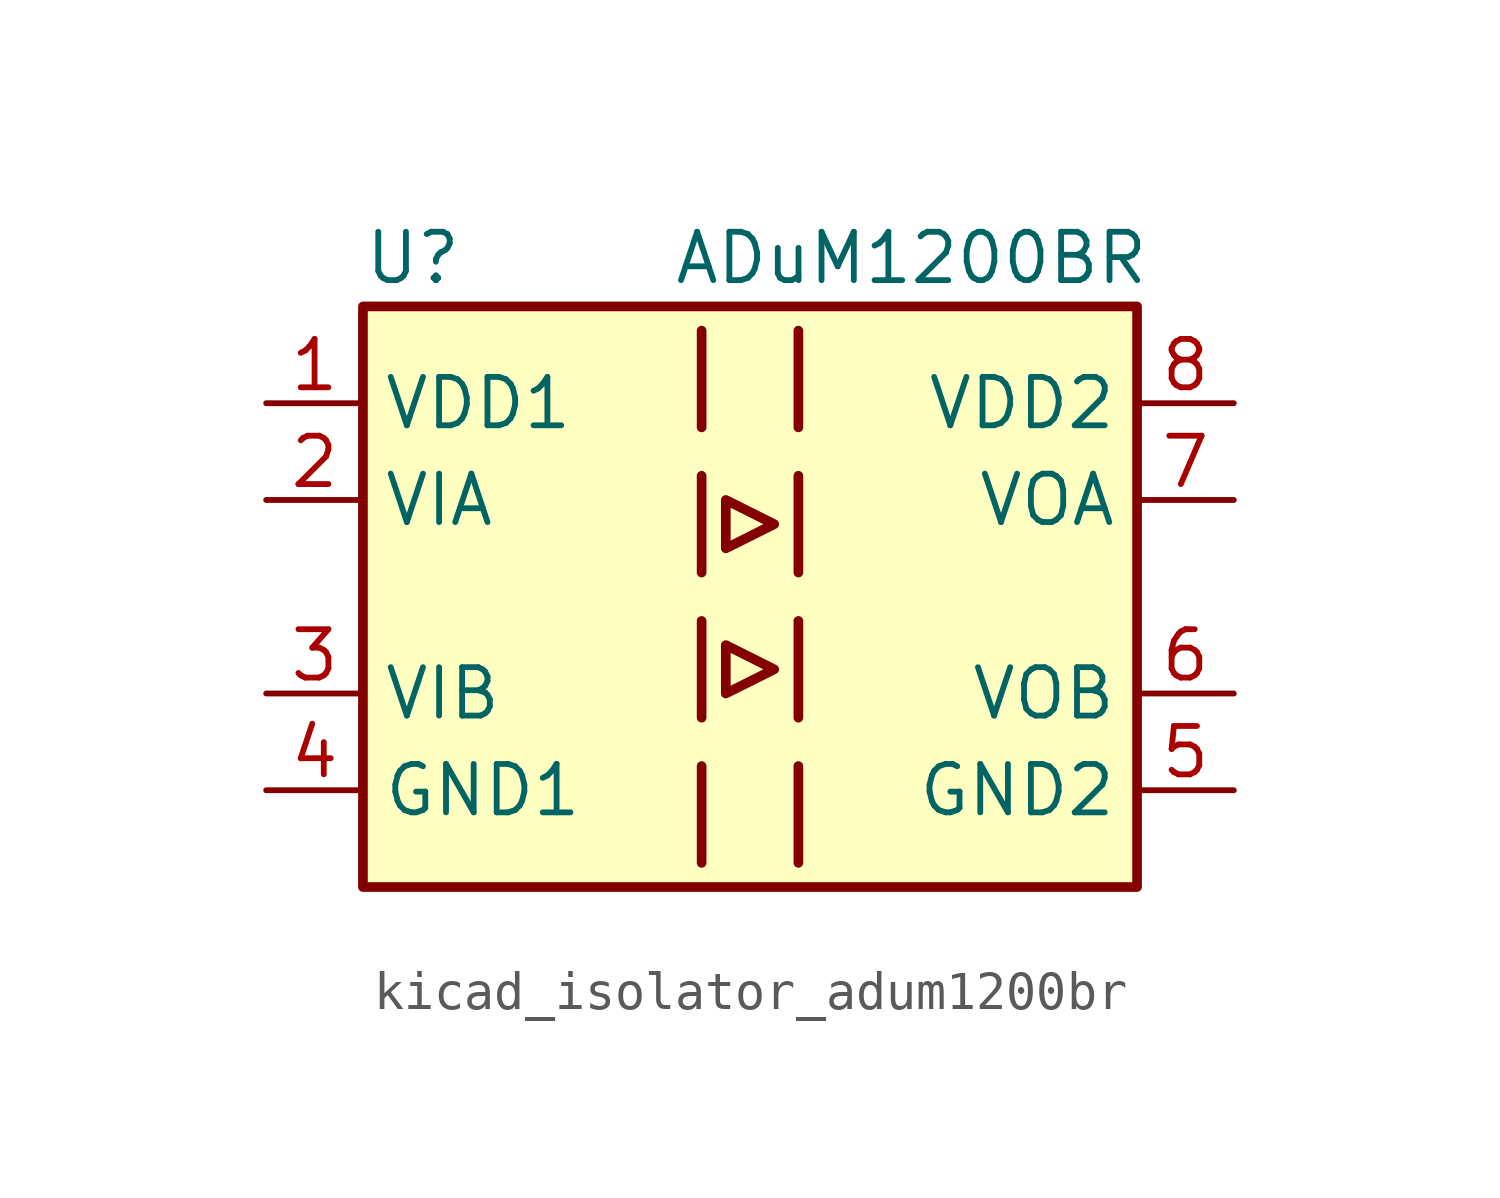
<source format=kicad_sym>
(kicad_symbol_lib
  (version 20220914)
  (generator kicad_symbol_editor)
  (symbol "kicad_isolator_adum1200br"
    (property "Reference" "U"
      (at -10.16 8.89 0)
      (effects (font (size 1.27 1.27)) (justify left)))
    (property "Value" "ADuM1200BR"
      (at -2.032 8.89 0)
      (effects (font (size 1.27 1.27)) (justify left)))
    (symbol "kicad_isolator_adum1200br_0_1"
      (rectangle (start -10.16 7.62) (end 10.16 -7.62) (stroke (width 0.254) (type default)) (fill (type background)))
      (polyline (pts (xy -1.27 -4.445) (xy -1.27 -6.985)) (stroke (width 0.254) (type default)) (fill (type none)))
      (polyline (pts (xy -1.27 -0.635) (xy -1.27 -3.175)) (stroke (width 0.254) (type default)) (fill (type none)))
      (polyline (pts (xy -1.27 3.175) (xy -1.27 0.635)) (stroke (width 0.254) (type default)) (fill (type none)))
      (polyline (pts (xy -1.27 6.985) (xy -1.27 4.445)) (stroke (width 0.254) (type default)) (fill (type none)))
      (polyline (pts (xy 1.27 -4.445) (xy 1.27 -6.985)) (stroke (width 0.254) (type default)) (fill (type none)))
      (polyline (pts (xy 1.27 -0.635) (xy 1.27 -3.175)) (stroke (width 0.254) (type default)) (fill (type none)))
      (polyline (pts (xy 1.27 3.175) (xy 1.27 0.635)) (stroke (width 0.254) (type default)) (fill (type none)))
      (polyline (pts (xy 1.27 6.985) (xy 1.27 4.445)) (stroke (width 0.254) (type default)) (fill (type none)))
      (polyline (pts (xy -0.635 -1.27) (xy -0.635 -2.54) (xy 0.635 -1.905) (xy -0.635 -1.27)) (stroke (width 0.254) (type default)) (fill (type none)))
      (polyline (pts (xy -0.635 1.27) (xy 0.635 1.905) (xy -0.635 2.54) (xy -0.635 1.27)) (stroke (width 0.254) (type default)) (fill (type none))))
    (symbol "kicad_isolator_adum1200br_1_1"
      (pin power_in line (at -12.7 5.08 0) (length 2.54) (name "VDD1" (effects (font (size 1.27 1.27)))) (number "1" (effects (font (size 1.27 1.27)))))
      (pin input line (at -12.7 2.54 0) (length 2.54) (name "VIA" (effects (font (size 1.27 1.27)))) (number "2" (effects (font (size 1.27 1.27)))))
      (pin input line (at -12.7 -2.54 0) (length 2.54) (name "VIB" (effects (font (size 1.27 1.27)))) (number "3" (effects (font (size 1.27 1.27)))))
      (pin power_in line (at -12.7 -5.08 0) (length 2.54) (name "GND1" (effects (font (size 1.27 1.27)))) (number "4" (effects (font (size 1.27 1.27)))))
      (pin power_in line (at 12.7 -5.08 180) (length 2.54) (name "GND2" (effects (font (size 1.27 1.27)))) (number "5" (effects (font (size 1.27 1.27)))))
      (pin output line (at 12.7 -2.54 180) (length 2.54) (name "VOB" (effects (font (size 1.27 1.27)))) (number "6" (effects (font (size 1.27 1.27)))))
      (pin output line (at 12.7 2.54 180) (length 2.54) (name "VOA" (effects (font (size 1.27 1.27)))) (number "7" (effects (font (size 1.27 1.27)))))
      (pin power_in line (at 12.7 5.08 180) (length 2.54) (name "VDD2" (effects (font (size 1.27 1.27)))) (number "8" (effects (font (size 1.27 1.27))))))))
</source>
